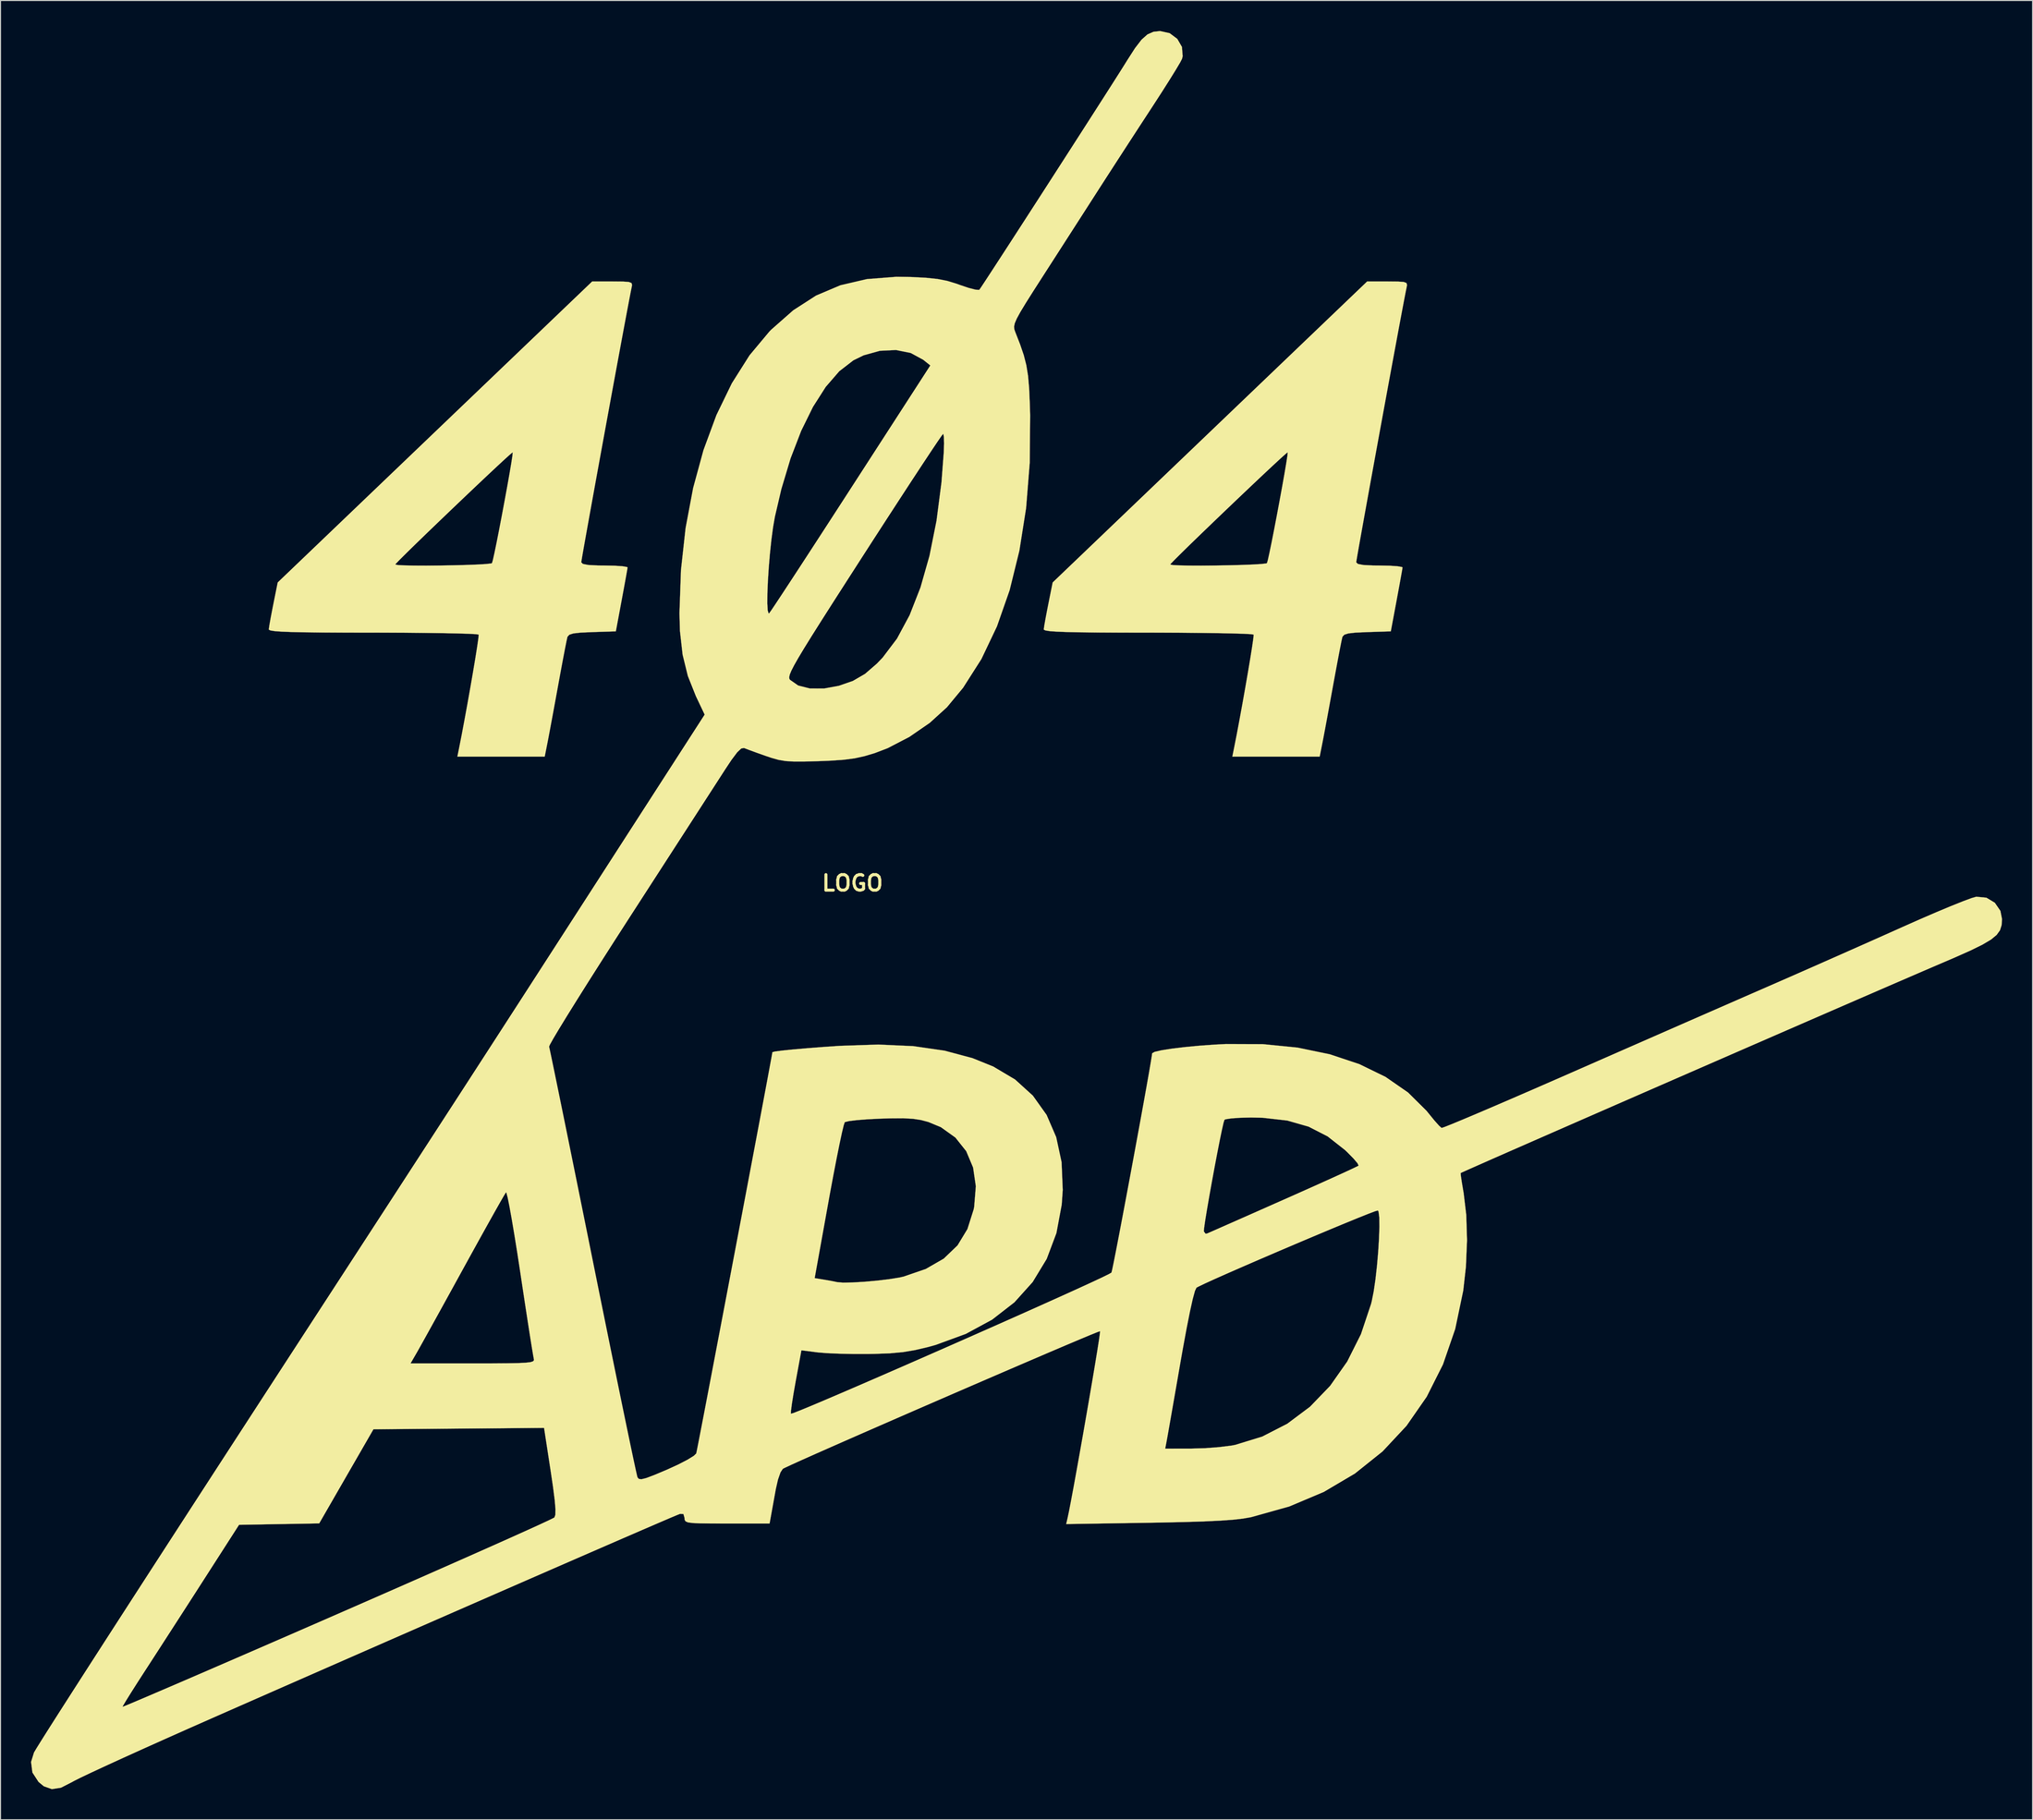
<source format=kicad_pcb>
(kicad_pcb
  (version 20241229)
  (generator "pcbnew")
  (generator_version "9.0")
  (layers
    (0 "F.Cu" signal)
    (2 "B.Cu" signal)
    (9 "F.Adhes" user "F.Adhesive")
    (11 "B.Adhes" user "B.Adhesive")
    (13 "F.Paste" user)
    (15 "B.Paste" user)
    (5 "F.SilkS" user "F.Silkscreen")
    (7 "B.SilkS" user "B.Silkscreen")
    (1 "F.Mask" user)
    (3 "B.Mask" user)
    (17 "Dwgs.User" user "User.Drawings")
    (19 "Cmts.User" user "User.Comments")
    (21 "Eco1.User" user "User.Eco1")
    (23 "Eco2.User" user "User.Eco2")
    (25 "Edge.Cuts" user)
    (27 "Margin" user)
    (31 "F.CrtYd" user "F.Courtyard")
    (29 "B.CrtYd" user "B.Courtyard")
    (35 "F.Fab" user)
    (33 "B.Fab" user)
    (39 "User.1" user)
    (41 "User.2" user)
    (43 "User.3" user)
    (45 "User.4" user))
  (footprint "LOGO"
    (layer "F.Cu")
    (at 80.772 83.819)
    (property "Reference" "LOGO" (at 0 0 0) (layer "F.SilkS") (effects (font (size 1.524 1.524) (thickness 0.3))))
    (attr through_hole)
    (fp_poly (pts (xy -22.589 -59.175) (xy -22.002 -59.134) (xy -21.729 -59.03) (xy -21.673 -58.833) (xy -21.714 -58.611) (xy -21.801 -58.186) (xy -21.965 -57.335) (xy -22.196 -56.113) (xy -22.484 -54.576) (xy -22.817 -52.781) (xy -23.187 -50.784) (xy -23.582 -48.642) (xy -23.992 -46.411) (xy -24.407 -44.147) (xy -24.816 -41.907) (xy -25.21 -39.748) (xy -25.577 -37.724) (xy -25.908 -35.894) (xy -26.192 -34.313) (xy -26.42 -33.038) (xy -26.579 -32.125) (xy -26.661 -31.63) (xy -26.67 -31.559) (xy -26.507 -31.396) (xy -25.98 -31.294) (xy -25.033 -31.247) (xy -24.384 -31.242) (xy -23.38 -31.222) (xy -22.604 -31.17) (xy -22.169 -31.094) (xy -22.114 -31.052) (xy -22.165 -30.741) (xy -22.291 -30.035) (xy -22.473 -29.038) (xy -22.693 -27.853) (xy -22.7 -27.813) (xy -23.269 -24.765) (xy -25.59 -24.692) (xy -26.719 -24.642) (xy -27.435 -24.564) (xy -27.836 -24.438) (xy -28.016 -24.245) (xy -28.037 -24.184) (xy -28.122 -23.799) (xy -28.28 -23.006) (xy -28.492 -21.896) (xy -28.741 -20.561) (xy -28.948 -19.431) (xy -29.228 -17.899) (xy -29.497 -16.437) (xy -29.734 -15.163) (xy -29.917 -14.195) (xy -29.998 -13.78) (xy -30.262 -12.446) (xy -38.849 -12.446) (xy -38.683 -13.271) (xy -38.424 -14.586) (xy -38.145 -16.071) (xy -37.857 -17.644) (xy -37.576 -19.225) (xy -37.315 -20.733) (xy -37.088 -22.087) (xy -36.91 -23.206) (xy -36.793 -24.009) (xy -36.752 -24.416) (xy -36.756 -24.448) (xy -37.025 -24.489) (xy -37.746 -24.527) (xy -38.868 -24.561) (xy -40.335 -24.59) (xy -42.093 -24.613) (xy -44.088 -24.629) (xy -46.266 -24.637) (xy -47.132 -24.638) (xy -49.794 -24.641) (xy -51.985 -24.651) (xy -53.745 -24.67) (xy -55.11 -24.698) (xy -56.118 -24.737) (xy -56.808 -24.787) (xy -57.217 -24.851) (xy -57.384 -24.929) (xy -57.392 -24.956) (xy -57.339 -25.337) (xy -57.207 -26.08) (xy -57.022 -27.047) (xy -56.947 -27.425) (xy -56.515 -29.577) (xy -54.672 -31.341) (xy -44.958 -31.341) (xy -44.72 -31.289) (xy -44.07 -31.254) (xy -43.104 -31.235) (xy -41.918 -31.231) (xy -40.607 -31.241) (xy -39.267 -31.263) (xy -37.994 -31.295) (xy -36.884 -31.337) (xy -36.032 -31.387) (xy -35.533 -31.443) (xy -35.446 -31.475) (xy -35.357 -31.785) (xy -35.199 -32.496) (xy -34.988 -33.519) (xy -34.742 -34.767) (xy -34.477 -36.151) (xy -34.209 -37.583) (xy -33.954 -38.974) (xy -33.73 -40.236) (xy -33.553 -41.28) (xy -33.439 -42.019) (xy -33.405 -42.363) (xy -33.408 -42.377) (xy -33.6 -42.228) (xy -34.103 -41.777) (xy -34.863 -41.074) (xy -35.828 -40.171) (xy -36.943 -39.118) (xy -38.156 -37.966) (xy -39.412 -36.768) (xy -40.658 -35.573) (xy -41.842 -34.434) (xy -42.909 -33.4) (xy -43.805 -32.523) (xy -44.478 -31.855) (xy -44.874 -31.445) (xy -44.958 -31.341) (xy -54.672 -31.341) (xy -25.594 -59.182) (xy -23.587 -59.182) (xy -22.589 -59.175)) (stroke (width 0.01) (type solid)) (fill yes) (layer "F.SilkS"))
    (fp_poly (pts (xy 53.611 -59.175) (xy 54.198 -59.134) (xy 54.471 -59.03) (xy 54.527 -58.833) (xy 54.486 -58.611) (xy 54.399 -58.186) (xy 54.235 -57.335) (xy 54.004 -56.113) (xy 53.716 -54.576) (xy 53.383 -52.781) (xy 53.013 -50.784) (xy 52.618 -48.642) (xy 52.208 -46.411) (xy 51.793 -44.147) (xy 51.384 -41.907) (xy 50.99 -39.748) (xy 50.623 -37.724) (xy 50.292 -35.894) (xy 50.008 -34.313) (xy 49.78 -33.038) (xy 49.621 -32.125) (xy 49.539 -31.63) (xy 49.53 -31.559) (xy 49.693 -31.396) (xy 50.22 -31.294) (xy 51.167 -31.247) (xy 51.816 -31.242) (xy 52.82 -31.222) (xy 53.596 -31.17) (xy 54.031 -31.094) (xy 54.086 -31.052) (xy 54.035 -30.741) (xy 53.909 -30.035) (xy 53.727 -29.038) (xy 53.507 -27.853) (xy 53.5 -27.813) (xy 52.931 -24.765) (xy 50.61 -24.692) (xy 49.481 -24.642) (xy 48.765 -24.564) (xy 48.364 -24.438) (xy 48.184 -24.245) (xy 48.163 -24.184) (xy 48.078 -23.799) (xy 47.92 -23.006) (xy 47.708 -21.896) (xy 47.459 -20.561) (xy 47.252 -19.431) (xy 46.972 -17.899) (xy 46.703 -16.437) (xy 46.466 -15.163) (xy 46.283 -14.195) (xy 46.202 -13.78) (xy 45.938 -12.446) (xy 37.351 -12.446) (xy 37.517 -13.271) (xy 37.776 -14.586) (xy 38.055 -16.071) (xy 38.343 -17.644) (xy 38.624 -19.225) (xy 38.885 -20.733) (xy 39.112 -22.087) (xy 39.29 -23.206) (xy 39.407 -24.009) (xy 39.448 -24.416) (xy 39.444 -24.448) (xy 39.175 -24.489) (xy 38.454 -24.527) (xy 37.332 -24.561) (xy 35.865 -24.59) (xy 34.107 -24.613) (xy 32.112 -24.629) (xy 29.934 -24.637) (xy 29.068 -24.638) (xy 26.406 -24.641) (xy 24.215 -24.651) (xy 22.455 -24.67) (xy 21.09 -24.698) (xy 20.082 -24.737) (xy 19.392 -24.787) (xy 18.983 -24.851) (xy 18.816 -24.929) (xy 18.808 -24.956) (xy 18.861 -25.337) (xy 18.993 -26.08) (xy 19.178 -27.047) (xy 19.253 -27.425) (xy 19.685 -29.577) (xy 21.528 -31.341) (xy 31.242 -31.341) (xy 31.48 -31.289) (xy 32.13 -31.254) (xy 33.096 -31.235) (xy 34.282 -31.231) (xy 35.593 -31.241) (xy 36.933 -31.263) (xy 38.206 -31.295) (xy 39.316 -31.337) (xy 40.168 -31.387) (xy 40.667 -31.443) (xy 40.754 -31.475) (xy 40.843 -31.785) (xy 41.001 -32.496) (xy 41.212 -33.519) (xy 41.458 -34.767) (xy 41.723 -36.151) (xy 41.991 -37.583) (xy 42.246 -38.974) (xy 42.47 -40.236) (xy 42.647 -41.28) (xy 42.761 -42.019) (xy 42.795 -42.363) (xy 42.792 -42.377) (xy 42.6 -42.228) (xy 42.097 -41.777) (xy 41.337 -41.074) (xy 40.372 -40.171) (xy 39.257 -39.118) (xy 38.044 -37.966) (xy 36.788 -36.768) (xy 35.542 -35.573) (xy 34.358 -34.434) (xy 33.291 -33.4) (xy 32.395 -32.523) (xy 31.722 -31.855) (xy 31.326 -31.445) (xy 31.242 -31.341) (xy 21.528 -31.341) (xy 50.606 -59.182) (xy 52.613 -59.182) (xy 53.611 -59.175)) (stroke (width 0.01) (type solid)) (fill yes) (layer "F.SilkS"))
    (fp_poly (pts (xy 31.187 -83.605) (xy 31.936 -83.044) (xy 32.394 -82.251) (xy 32.466 -81.345) (xy 32.404 -81.085) (xy 32.222 -80.731) (xy 31.804 -80.026) (xy 31.195 -79.042) (xy 30.44 -77.85) (xy 29.582 -76.524) (xy 29.396 -76.239) (xy 28.322 -74.594) (xy 27.148 -72.788) (xy 25.975 -70.978) (xy 24.903 -69.319) (xy 24.222 -68.261) (xy 23.339 -66.886) (xy 22.271 -65.223) (xy 21.105 -63.409) (xy 19.932 -61.583) (xy 18.839 -59.884) (xy 18.796 -59.817) (xy 17.795 -58.257) (xy 17.041 -57.063) (xy 16.504 -56.175) (xy 16.153 -55.532) (xy 15.958 -55.074) (xy 15.888 -54.74) (xy 15.915 -54.471) (xy 15.998 -54.229) (xy 16.484 -52.983) (xy 16.842 -51.932) (xy 17.093 -50.949) (xy 17.261 -49.911) (xy 17.368 -48.69) (xy 17.435 -47.164) (xy 17.467 -46.027) (xy 17.427 -41.342) (xy 17.071 -36.891) (xy 16.41 -32.707) (xy 15.452 -28.817) (xy 14.204 -25.253) (xy 12.677 -22.044) (xy 10.877 -19.22) (xy 9.283 -17.296) (xy 7.597 -15.765) (xy 5.593 -14.384) (xy 3.46 -13.276) (xy 2.192 -12.79) (xy 1.173 -12.486) (xy 0.2 -12.274) (xy -0.878 -12.134) (xy -2.214 -12.043) (xy -3.303 -11.999) (xy -4.735 -11.959) (xy -5.789 -11.959) (xy -6.593 -12.011) (xy -7.277 -12.127) (xy -7.969 -12.322) (xy -8.51 -12.504) (xy -9.433 -12.831) (xy -10.197 -13.111) (xy -10.649 -13.286) (xy -10.668 -13.294) (xy -10.938 -13.244) (xy -11.335 -12.868) (xy -11.896 -12.122) (xy -12.482 -11.24) (xy -12.888 -10.612) (xy -13.538 -9.604) (xy -14.404 -8.264) (xy -15.454 -6.637) (xy -16.659 -4.772) (xy -17.988 -2.715) (xy -19.41 -0.513) (xy -20.896 1.788) (xy -21.928 3.385) (xy -23.386 5.65) (xy -24.755 7.791) (xy -26.011 9.77) (xy -27.129 11.549) (xy -28.087 13.089) (xy -28.859 14.351) (xy -29.423 15.298) (xy -29.753 15.89) (xy -29.833 16.085) (xy -29.767 16.374) (xy -29.609 17.124) (xy -29.366 18.298) (xy -29.045 19.858) (xy -28.654 21.768) (xy -28.201 23.99) (xy -27.694 26.487) (xy -27.139 29.222) (xy -26.545 32.158) (xy -25.918 35.258) (xy -25.524 37.211) (xy -24.881 40.396) (xy -24.263 43.441) (xy -23.679 46.311) (xy -23.136 48.967) (xy -22.642 51.373) (xy -22.204 53.489) (xy -21.831 55.28) (xy -21.53 56.708) (xy -21.308 57.735) (xy -21.175 58.324) (xy -21.139 58.452) (xy -21.006 58.607) (xy -20.742 58.635) (xy -20.266 58.515) (xy -19.498 58.225) (xy -18.358 57.746) (xy -18.228 57.69) (xy -17.135 57.19) (xy -16.227 56.72) (xy -15.603 56.335) (xy -15.363 56.102) (xy -15.303 55.816) (xy -15.157 55.079) (xy -14.936 53.936) (xy -14.646 52.434) (xy -14.298 50.619) (xy -13.9 48.537) (xy -13.461 46.234) (xy -12.989 43.757) (xy -12.493 41.152) (xy -12.057 38.856) (xy -3.719 38.856) (xy -2.812 39.003) (xy -2.094 39.128) (xy -1.557 39.238) (xy -1.524 39.246) (xy -0.951 39.296) (xy -0.014 39.282) (xy 1.147 39.214) (xy 2.394 39.103) (xy 3.587 38.962) (xy 4.589 38.802) (xy 5.022 38.706) (xy 7.209 37.954) (xy 8.972 36.938) (xy 10.33 35.636) (xy 11.304 34.029) (xy 11.916 32.097) (xy 11.966 31.844) (xy 12.13 29.818) (xy 11.861 27.977) (xy 11.183 26.365) (xy 10.119 25.027) (xy 8.694 24.007) (xy 7.47 23.499) (xy 6.733 23.302) (xy 5.951 23.182) (xy 4.997 23.13) (xy 3.743 23.137) (xy 2.756 23.167) (xy 1.505 23.229) (xy 0.436 23.313) (xy -0.348 23.409) (xy -0.742 23.506) (xy -0.761 23.519) (xy -0.863 23.82) (xy -1.04 24.557) (xy -1.278 25.667) (xy -1.564 27.088) (xy -1.886 28.755) (xy -2.23 30.604) (xy -2.357 31.305) (xy -3.719 38.856) (xy -12.057 38.856) (xy -11.983 38.465) (xy -11.466 35.743) (xy -10.952 33.031) (xy -10.449 30.376) (xy -9.967 27.824) (xy -9.513 25.421) (xy -9.097 23.214) (xy -8.727 21.248) (xy -8.413 19.571) (xy -8.163 18.227) (xy -7.985 17.264) (xy -7.889 16.728) (xy -7.874 16.631) (xy -7.631 16.564) (xy -6.944 16.473) (xy -5.876 16.365) (xy -4.491 16.244) (xy -2.85 16.117) (xy -1.271 16.008) (xy 2.549 15.88) (xy 5.979 16.036) (xy 9.051 16.48) (xy 11.802 17.216) (xy 13.843 18.042) (xy 15.986 19.316) (xy 17.736 20.905) (xy 19.085 22.798) (xy 20.029 24.983) (xy 20.56 27.447) (xy 20.674 30.178) (xy 20.574 31.625) (xy 20.051 34.423) (xy 19.095 36.965) (xy 17.715 39.239) (xy 15.922 41.234) (xy 13.729 42.937) (xy 11.145 44.338) (xy 8.183 45.423) (xy 7.4 45.64) (xy 6.141 45.936) (xy 4.962 46.133) (xy 3.688 46.25) (xy 2.143 46.307) (xy 1.524 46.316) (xy 0.087 46.316) (xy -1.323 46.286) (xy -2.549 46.232) (xy -3.432 46.159) (xy -3.464 46.155) (xy -5.023 45.955) (xy -5.589 49.026) (xy -5.798 50.209) (xy -5.955 51.197) (xy -6.046 51.892) (xy -6.057 52.193) (xy -6.054 52.196) (xy -5.803 52.123) (xy -5.135 51.861) (xy -4.096 51.433) (xy -2.733 50.857) (xy -1.091 50.155) (xy 0.783 49.347) (xy 2.843 48.453) (xy 5.042 47.494) (xy 7.334 46.49) (xy 9.674 45.461) (xy 12.013 44.428) (xy 14.308 43.412) (xy 16.51 42.432) (xy 18.574 41.509) (xy 20.454 40.663) (xy 22.102 39.916) (xy 23.474 39.286) (xy 24.523 38.795) (xy 25.201 38.463) (xy 25.464 38.311) (xy 25.465 38.309) (xy 25.538 38.018) (xy 25.689 37.289) (xy 25.907 36.188) (xy 26.18 34.776) (xy 26.28 34.254) (xy 34.544 34.254) (xy 34.717 34.489) (xy 34.861 34.468) (xy 35.165 34.336) (xy 35.874 34.024) (xy 36.929 33.558) (xy 38.272 32.965) (xy 39.842 32.27) (xy 41.581 31.499) (xy 42.398 31.138) (xy 44.185 30.343) (xy 45.82 29.611) (xy 47.246 28.967) (xy 48.406 28.438) (xy 49.243 28.049) (xy 49.698 27.827) (xy 49.764 27.788) (xy 49.661 27.559) (xy 49.258 27.083) (xy 48.634 26.45) (xy 48.421 26.249) (xy 46.719 24.913) (xy 44.852 23.956) (xy 42.748 23.354) (xy 40.333 23.08) (xy 39.186 23.057) (xy 38.121 23.081) (xy 37.251 23.142) (xy 36.698 23.227) (xy 36.575 23.28) (xy 36.484 23.57) (xy 36.325 24.271) (xy 36.113 25.293) (xy 35.866 26.548) (xy 35.601 27.944) (xy 35.334 29.393) (xy 35.081 30.804) (xy 34.859 32.089) (xy 34.684 33.157) (xy 34.575 33.919) (xy 34.544 34.254) (xy 26.28 34.254) (xy 26.496 33.118) (xy 26.843 31.277) (xy 27.21 29.316) (xy 27.585 27.299) (xy 27.956 25.288) (xy 28.312 23.348) (xy 28.64 21.542) (xy 28.929 19.932) (xy 29.167 18.583) (xy 29.342 17.557) (xy 29.444 16.919) (xy 29.464 16.739) (xy 29.704 16.6) (xy 30.369 16.445) (xy 31.376 16.286) (xy 32.643 16.133) (xy 34.088 15.995) (xy 35.628 15.884) (xy 36.703 15.828) (xy 40.334 15.838) (xy 43.758 16.179) (xy 46.938 16.838) (xy 49.834 17.803) (xy 52.409 19.058) (xy 54.624 20.593) (xy 56.44 22.393) (xy 56.655 22.658) (xy 57.22 23.351) (xy 57.677 23.863) (xy 57.922 24.082) (xy 58.188 23.997) (xy 58.874 23.726) (xy 59.939 23.286) (xy 61.339 22.695) (xy 63.029 21.973) (xy 64.968 21.138) (xy 67.112 20.207) (xy 69.417 19.2) (xy 70.658 18.656) (xy 73.317 17.488) (xy 76.068 16.28) (xy 78.832 15.068) (xy 81.529 13.885) (xy 84.079 12.768) (xy 86.403 11.751) (xy 88.421 10.868) (xy 90.043 10.16) (xy 92.238 9.199) (xy 94.69 8.119) (xy 97.241 6.991) (xy 99.737 5.884) (xy 102.018 4.866) (xy 103.251 4.314) (xy 104.967 3.552) (xy 106.574 2.859) (xy 108.002 2.261) (xy 109.18 1.79) (xy 110.037 1.472) (xy 110.502 1.338) (xy 111.495 1.434) (xy 112.324 1.933) (xy 112.872 2.732) (xy 113.03 3.544) (xy 112.99 4.131) (xy 112.832 4.634) (xy 112.503 5.094) (xy 111.947 5.552) (xy 111.109 6.049) (xy 109.936 6.626) (xy 108.371 7.323) (xy 107.392 7.743) (xy 106.283 8.218) (xy 104.826 8.846) (xy 103.058 9.611) (xy 101.015 10.496) (xy 98.736 11.485) (xy 96.257 12.562) (xy 93.617 13.711) (xy 90.851 14.915) (xy 87.998 16.158) (xy 85.096 17.424) (xy 82.18 18.696) (xy 79.289 19.958) (xy 76.461 21.193) (xy 73.732 22.386) (xy 71.139 23.521) (xy 68.721 24.58) (xy 66.514 25.548) (xy 64.555 26.407) (xy 62.883 27.143) (xy 61.535 27.739) (xy 60.547 28.177) (xy 59.957 28.443) (xy 59.797 28.52) (xy 59.818 28.777) (xy 59.911 29.408) (xy 60.058 30.287) (xy 60.093 30.48) (xy 60.351 32.655) (xy 60.425 35.128) (xy 60.317 37.724) (xy 60.055 40.073) (xy 59.263 43.856) (xy 58.06 47.344) (xy 56.46 50.524) (xy 54.475 53.381) (xy 52.119 55.903) (xy 49.404 58.075) (xy 46.343 59.884) (xy 42.95 61.316) (xy 39.236 62.357) (xy 39.109 62.385) (xy 38.359 62.514) (xy 37.392 62.622) (xy 36.156 62.711) (xy 34.597 62.785) (xy 32.661 62.846) (xy 30.294 62.898) (xy 29.112 62.918) (xy 21.014 63.045) (xy 21.152 62.447) (xy 21.293 61.775) (xy 21.494 60.735) (xy 21.745 59.393) (xy 22.031 57.818) (xy 22.343 56.077) (xy 22.423 55.626) (xy 30.747 55.626) (xy 33.344 55.622) (xy 34.681 55.582) (xy 36.052 55.479) (xy 37.233 55.332) (xy 37.633 55.258) (xy 40.29 54.442) (xy 42.752 53.179) (xy 44.988 51.505) (xy 46.964 49.454) (xy 48.645 47.063) (xy 49.997 44.367) (xy 50.989 41.402) (xy 51.06 41.121) (xy 51.25 40.167) (xy 51.424 38.975) (xy 51.573 37.644) (xy 51.692 36.271) (xy 51.773 34.955) (xy 51.811 33.793) (xy 51.799 32.882) (xy 51.729 32.322) (xy 51.662 32.197) (xy 51.4 32.271) (xy 50.735 32.522) (xy 49.729 32.924) (xy 48.445 33.449) (xy 46.945 34.072) (xy 45.291 34.767) (xy 43.546 35.505) (xy 41.772 36.262) (xy 40.031 37.01) (xy 38.387 37.723) (xy 36.9 38.374) (xy 35.633 38.937) (xy 34.649 39.385) (xy 34.011 39.692) (xy 33.823 39.794) (xy 33.672 40.115) (xy 33.454 40.912) (xy 33.177 42.16) (xy 32.845 43.831) (xy 32.464 45.9) (xy 32.249 47.119) (xy 31.924 48.99) (xy 31.621 50.727) (xy 31.354 52.258) (xy 31.134 53.512) (xy 30.974 54.416) (xy 30.886 54.9) (xy 30.881 54.928) (xy 30.747 55.626) (xy 22.423 55.626) (xy 22.669 54.238) (xy 22.995 52.367) (xy 23.312 50.533) (xy 23.607 48.803) (xy 23.868 47.244) (xy 24.084 45.925) (xy 24.242 44.911) (xy 24.332 44.272) (xy 24.345 44.073) (xy 24.104 44.155) (xy 23.444 44.421) (xy 22.412 44.851) (xy 21.055 45.424) (xy 19.419 46.121) (xy 17.551 46.922) (xy 15.497 47.805) (xy 13.305 48.751) (xy 11.02 49.739) (xy 8.69 50.75) (xy 6.36 51.762) (xy 4.078 52.757) (xy 1.89 53.713) (xy -0.157 54.61) (xy -2.017 55.429) (xy -3.643 56.148) (xy -4.988 56.748) (xy -6.006 57.209) (xy -6.651 57.51) (xy -6.847 57.61) (xy -7.078 57.959) (xy -7.325 58.667) (xy -7.535 59.584) (xy -7.721 60.611) (xy -7.892 61.557) (xy -8.002 62.166) (xy -8.151 62.992) (xy -12.331 62.992) (xy -13.874 62.99) (xy -14.981 62.977) (xy -15.725 62.943) (xy -16.177 62.881) (xy -16.411 62.779) (xy -16.498 62.63) (xy -16.51 62.454) (xy -16.624 62.057) (xy -16.954 62.041) (xy -17.263 62.164) (xy -18.006 62.477) (xy -19.151 62.969) (xy -20.669 63.624) (xy -22.528 64.429) (xy -24.697 65.372) (xy -27.145 66.437) (xy -29.842 67.613) (xy -32.756 68.885) (xy -35.856 70.24) (xy -39.111 71.664) (xy -42.491 73.143) (xy -45.964 74.665) (xy -49.5 76.216) (xy -53.067 77.782) (xy -56.635 79.349) (xy -60.172 80.905) (xy -62.865 82.091) (xy -65.293 83.164) (xy -67.612 84.197) (xy -69.773 85.167) (xy -71.73 86.053) (xy -73.435 86.834) (xy -74.841 87.487) (xy -75.899 87.991) (xy -76.563 88.324) (xy -76.73 88.419) (xy -77.824 88.979) (xy -78.722 89.119) (xy -79.513 88.838) (xy -80.03 88.412) (xy -80.635 87.485) (xy -80.767 86.447) (xy -80.479 85.518) (xy -80.233 85.103) (xy -79.72 84.278) (xy -78.95 83.059) (xy -77.932 81.461) (xy -77.653 81.026) (xy -71.772 81.026) (xy -71.524 80.929) (xy -70.869 80.656) (xy -69.866 80.231) (xy -68.575 79.679) (xy -67.056 79.027) (xy -65.367 78.3) (xy -64.985 78.135) (xy -61.785 76.75) (xy -58.555 75.348) (xy -55.329 73.945) (xy -52.142 72.555) (xy -49.028 71.193) (xy -46.02 69.875) (xy -43.154 68.615) (xy -40.463 67.429) (xy -37.981 66.331) (xy -35.742 65.337) (xy -33.781 64.462) (xy -32.132 63.72) (xy -30.828 63.127) (xy -29.905 62.698) (xy -29.395 62.448) (xy -29.305 62.394) (xy -29.213 62.133) (xy -29.203 61.582) (xy -29.279 60.685) (xy -29.444 59.391) (xy -29.672 57.845) (xy -30.326 53.587) (xy -47.102 53.721) (xy -49.769 58.35) (xy -52.435 62.98) (xy -56.376 63.049) (xy -60.317 63.119) (xy -63.75 68.467) (xy -64.868 70.208) (xy -66.057 72.053) (xy -67.236 73.881) (xy -68.326 75.57) (xy -69.25 76.998) (xy -69.525 77.421) (xy -70.289 78.605) (xy -70.937 79.625) (xy -71.427 80.413) (xy -71.715 80.9) (xy -71.772 81.026) (xy -77.653 81.026) (xy -76.677 79.501) (xy -75.196 77.194) (xy -73.498 74.556) (xy -71.593 71.603) (xy -69.491 68.349) (xy -67.203 64.812) (xy -64.739 61.006) (xy -62.109 56.947) (xy -59.322 52.652) (xy -56.39 48.135) (xy -55.811 47.244) (xy -43.455 47.244) (xy -37.332 47.244) (xy -35.412 47.242) (xy -33.942 47.233) (xy -32.865 47.212) (xy -32.122 47.175) (xy -31.655 47.119) (xy -31.407 47.038) (xy -31.32 46.928) (xy -31.332 46.8) (xy -31.398 46.447) (xy -31.53 45.655) (xy -31.716 44.489) (xy -31.946 43.012) (xy -32.211 41.287) (xy -32.5 39.378) (xy -32.664 38.285) (xy -32.962 36.339) (xy -33.246 34.574) (xy -33.504 33.047) (xy -33.726 31.815) (xy -33.903 30.937) (xy -34.025 30.47) (xy -34.066 30.411) (xy -34.232 30.674) (xy -34.61 31.328) (xy -35.171 32.32) (xy -35.884 33.595) (xy -36.719 35.098) (xy -37.645 36.776) (xy -38.234 37.846) (xy -39.226 39.653) (xy -40.167 41.362) (xy -41.022 42.912) (xy -41.756 44.238) (xy -42.333 45.277) (xy -42.719 45.967) (xy -42.831 46.164) (xy -43.455 47.244) (xy -55.811 47.244) (xy -54.491 45.212) (xy -51.831 41.117) (xy -49.418 37.403) (xy -47.223 34.024) (xy -45.217 30.935) (xy -43.371 28.09) (xy -41.654 25.444) (xy -40.038 22.951) (xy -38.493 20.567) (xy -36.991 18.245) (xy -35.5 15.94) (xy -33.993 13.608) (xy -32.439 11.202) (xy -30.81 8.677) (xy -29.076 5.988) (xy -27.207 3.089) (xy -25.174 -0.065) (xy -23.026 -3.399) (xy -14.534 -16.576) (xy -15.397 -18.392) (xy -16.144 -20.268) (xy -6.224 -20.268) (xy -6.206 -20.099) (xy -6.145 -19.999) (xy -5.341 -19.437) (xy -4.194 -19.148) (xy -2.797 -19.144) (xy -1.34 -19.409) (xy 0.039 -19.888) (xy 1.233 -20.582) (xy 2.402 -21.593) (xy 2.974 -22.193) (xy 4.378 -24.05) (xy 5.619 -26.359) (xy 6.687 -29.084) (xy 7.572 -32.192) (xy 8.264 -35.648) (xy 8.752 -39.42) (xy 8.975 -42.355) (xy 9.004 -43.247) (xy 8.986 -43.901) (xy 8.927 -44.192) (xy 8.916 -44.196) (xy 8.753 -43.989) (xy 8.34 -43.392) (xy 7.705 -42.444) (xy 6.871 -41.184) (xy 5.864 -39.65) (xy 4.709 -37.88) (xy 3.431 -35.913) (xy 2.056 -33.788) (xy 1.111 -32.322) (xy -0.537 -29.759) (xy -1.929 -27.589) (xy -3.084 -25.776) (xy -4.023 -24.288) (xy -4.764 -23.091) (xy -5.33 -22.149) (xy -5.738 -21.43) (xy -6.01 -20.9) (xy -6.165 -20.524) (xy -6.224 -20.268) (xy -16.144 -20.268) (xy -16.188 -20.379) (xy -16.702 -22.474) (xy -16.965 -24.811) (xy -17.013 -26.543) (xy -16.979 -27.504) (xy -8.376 -27.504) (xy -8.337 -26.824) (xy -8.247 -26.529) (xy -8.189 -26.543) (xy -8.008 -26.798) (xy -7.576 -27.441) (xy -6.921 -28.433) (xy -6.067 -29.734) (xy -5.04 -31.306) (xy -3.866 -33.11) (xy -2.57 -35.106) (xy -1.178 -37.255) (xy -0.14 -38.86) (xy 7.654 -50.922) (xy 6.951 -51.483) (xy 5.731 -52.146) (xy 4.275 -52.44) (xy 2.693 -52.363) (xy 1.095 -51.918) (xy 0.09 -51.427) (xy -1.299 -50.353) (xy -2.632 -48.812) (xy -3.887 -46.844) (xy -5.046 -44.488) (xy -6.087 -41.784) (xy -6.992 -38.771) (xy -7.631 -36.037) (xy -7.812 -34.996) (xy -7.976 -33.757) (xy -8.119 -32.403) (xy -8.235 -31.017) (xy -8.32 -29.684) (xy -8.369 -28.485) (xy -8.376 -27.504) (xy -16.979 -27.504) (xy -16.863 -30.799) (xy -16.409 -34.925) (xy -15.666 -38.871) (xy -14.651 -42.592) (xy -13.378 -46.039) (xy -11.863 -49.163) (xy -10.122 -51.918) (xy -8.17 -54.256) (xy -7.981 -54.448) (xy -5.823 -56.348) (xy -3.581 -57.794) (xy -1.19 -58.808) (xy 1.415 -59.415) (xy 4.298 -59.641) (xy 5.715 -59.623) (xy 7.21 -59.547) (xy 8.356 -59.428) (xy 9.309 -59.241) (xy 10.23 -58.96) (xy 10.538 -58.848) (xy 11.412 -58.552) (xy 12.094 -58.376) (xy 12.454 -58.354) (xy 12.472 -58.366) (xy 12.653 -58.626) (xy 13.075 -59.266) (xy 13.708 -60.235) (xy 14.521 -61.485) (xy 15.482 -62.966) (xy 16.559 -64.631) (xy 17.721 -66.43) (xy 18.936 -68.313) (xy 20.172 -70.233) (xy 21.399 -72.14) (xy 22.584 -73.985) (xy 23.696 -75.719) (xy 24.704 -77.293) (xy 25.576 -78.659) (xy 26.28 -79.766) (xy 26.785 -80.568) (xy 26.99 -80.899) (xy 27.779 -82.129) (xy 28.425 -82.968) (xy 29.005 -83.483) (xy 29.594 -83.743) (xy 30.242 -83.814) (xy 31.187 -83.605)) (stroke (width 0.01) (type solid)) (fill yes) (layer "F.SilkS")))
  (gr_rect
    (start -3 -3)
    (end 196.807 175.943)
    (stroke (width 0.1) (type default))
    (fill no)
    (layer "Edge.Cuts")))
</source>
